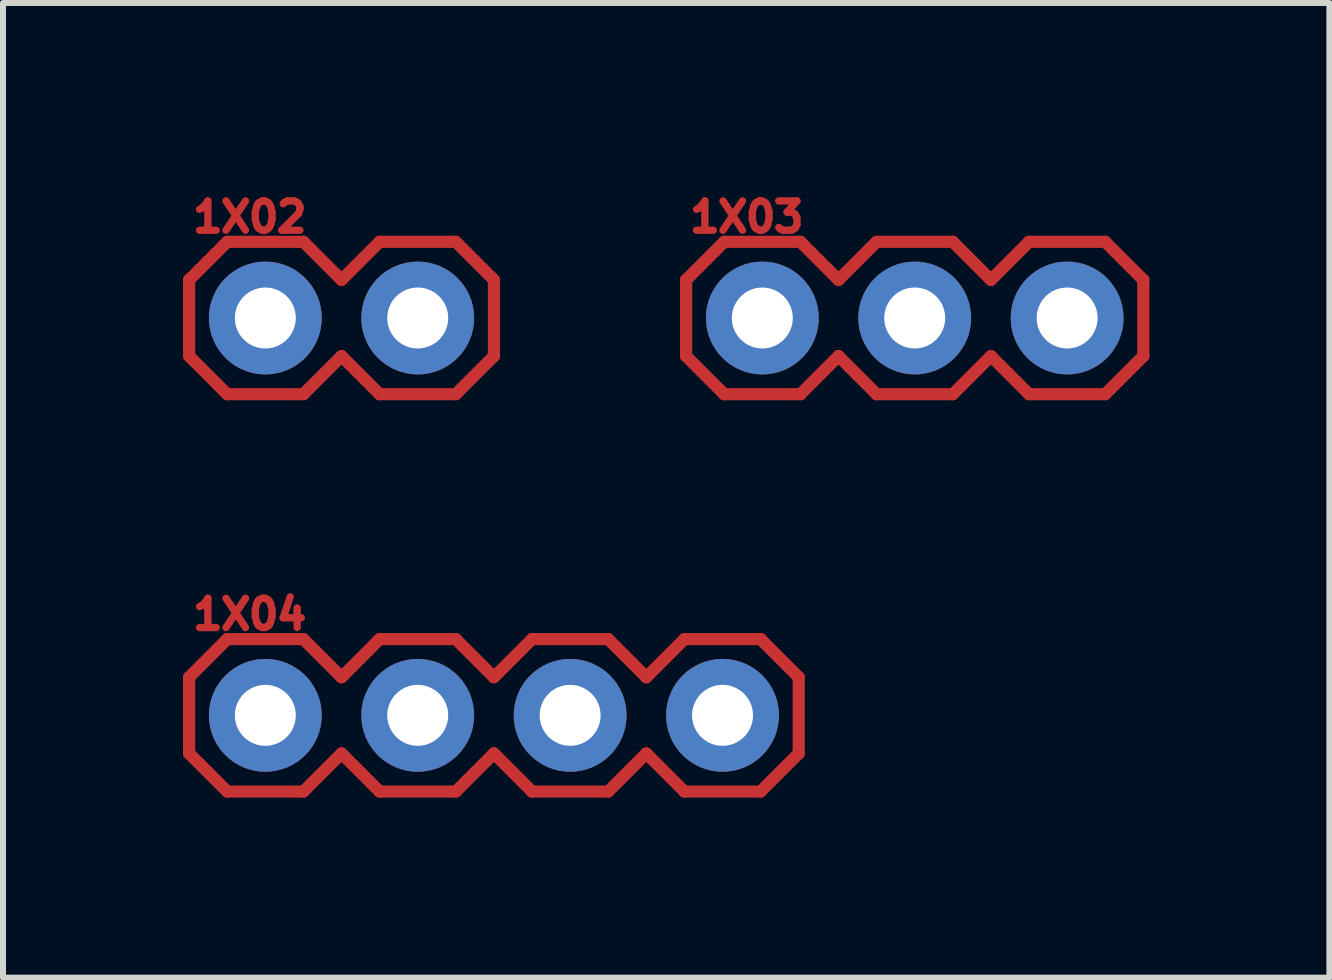
<source format=kicad_pcb>
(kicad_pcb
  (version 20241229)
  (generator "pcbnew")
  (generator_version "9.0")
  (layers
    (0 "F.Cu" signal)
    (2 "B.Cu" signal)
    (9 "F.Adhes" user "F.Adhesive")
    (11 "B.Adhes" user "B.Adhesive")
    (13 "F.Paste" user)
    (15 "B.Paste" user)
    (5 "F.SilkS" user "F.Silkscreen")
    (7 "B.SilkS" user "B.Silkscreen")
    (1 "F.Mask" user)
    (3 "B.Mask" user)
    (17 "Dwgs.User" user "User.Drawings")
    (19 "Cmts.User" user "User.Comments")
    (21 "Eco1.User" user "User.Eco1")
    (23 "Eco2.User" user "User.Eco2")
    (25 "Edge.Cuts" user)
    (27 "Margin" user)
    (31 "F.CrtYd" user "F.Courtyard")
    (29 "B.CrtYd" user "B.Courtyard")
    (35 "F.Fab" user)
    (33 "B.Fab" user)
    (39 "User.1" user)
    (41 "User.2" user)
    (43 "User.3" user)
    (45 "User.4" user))
  (footprint "1X02"
    (layer "F.Cu")
    (at 1.372 2.25)
    (property "Reference" "1X02" (at -1.27 -1.397 0) (layer "F.Cu") (effects (font (size 0.488 0.488) (thickness 0.122)) (justify left bottom)))
    (fp_line (start -1.27 -0.635) (end -1.27 0.635) (stroke (width 0.203) (type solid)) (layer "F.Cu"))
    (fp_line (start -1.27 0.635) (end -0.635 1.27) (stroke (width 0.203) (type solid)) (layer "F.Cu"))
    (fp_line (start -0.635 -1.27) (end -1.27 -0.635) (stroke (width 0.203) (type solid)) (layer "F.Cu"))
    (fp_line (start -0.635 -1.27) (end 0.635 -1.27) (stroke (width 0.203) (type solid)) (layer "F.Cu"))
    (fp_line (start 0.635 -1.27) (end 1.27 -0.635) (stroke (width 0.203) (type solid)) (layer "F.Cu"))
    (fp_line (start 0.635 1.27) (end -0.635 1.27) (stroke (width 0.203) (type solid)) (layer "F.Cu"))
    (fp_line (start 1.27 -0.635) (end 1.905 -1.27) (stroke (width 0.203) (type solid)) (layer "F.Cu"))
    (fp_line (start 1.27 0.635) (end 0.635 1.27) (stroke (width 0.203) (type solid)) (layer "F.Cu"))
    (fp_line (start 1.905 -1.27) (end 3.175 -1.27) (stroke (width 0.203) (type solid)) (layer "F.Cu"))
    (fp_line (start 1.905 1.27) (end 1.27 0.635) (stroke (width 0.203) (type solid)) (layer "F.Cu"))
    (fp_line (start 3.175 -1.27) (end 3.81 -0.635) (stroke (width 0.203) (type solid)) (layer "F.Cu"))
    (fp_line (start 3.175 1.27) (end 1.905 1.27) (stroke (width 0.203) (type solid)) (layer "F.Cu"))
    (fp_line (start 3.81 -0.635) (end 3.81 0.635) (stroke (width 0.203) (type solid)) (layer "F.Cu"))
    (fp_line (start 3.81 0.635) (end 3.175 1.27) (stroke (width 0.203) (type solid)) (layer "F.Cu"))
    (fp_poly (pts (xy -0.254 0.254) (xy 0.254 0.254) (xy 0.254 -0.254) (xy -0.254 -0.254)) (stroke (width 0) (type solid)) (fill yes) (layer "F.Cu"))
    (fp_poly (pts (xy 2.286 0.254) (xy 2.794 0.254) (xy 2.794 -0.254) (xy 2.286 -0.254)) (stroke (width 0) (type solid)) (fill yes) (layer "F.Cu"))
    (pad "1" thru_hole circle (at 0 0 90) (size 1.88 1.88) (drill 1.016) (layers "*.Cu" "*.Mask"))
    (pad "2" thru_hole circle (at 2.54 0 90) (size 1.88 1.88) (drill 1.016) (layers "*.Cu" "*.Mask")))
  (footprint "1X03"
    (layer "F.Cu")
    (at 9.655 2.25)
    (property "Reference" "1X03" (at -1.27 -1.397 0) (layer "F.Cu") (effects (font (size 0.488 0.488) (thickness 0.122)) (justify left bottom)))
    (fp_line (start -1.27 -0.635) (end -1.27 0.635) (stroke (width 0.203) (type solid)) (layer "F.Cu"))
    (fp_line (start -1.27 0.635) (end -0.635 1.27) (stroke (width 0.203) (type solid)) (layer "F.Cu"))
    (fp_line (start -0.635 -1.27) (end -1.27 -0.635) (stroke (width 0.203) (type solid)) (layer "F.Cu"))
    (fp_line (start -0.635 -1.27) (end 0.635 -1.27) (stroke (width 0.203) (type solid)) (layer "F.Cu"))
    (fp_line (start 0.635 -1.27) (end 1.27 -0.635) (stroke (width 0.203) (type solid)) (layer "F.Cu"))
    (fp_line (start 0.635 1.27) (end -0.635 1.27) (stroke (width 0.203) (type solid)) (layer "F.Cu"))
    (fp_line (start 1.27 -0.635) (end 1.905 -1.27) (stroke (width 0.203) (type solid)) (layer "F.Cu"))
    (fp_line (start 1.27 0.635) (end 0.635 1.27) (stroke (width 0.203) (type solid)) (layer "F.Cu"))
    (fp_line (start 1.905 -1.27) (end 3.175 -1.27) (stroke (width 0.203) (type solid)) (layer "F.Cu"))
    (fp_line (start 1.905 1.27) (end 1.27 0.635) (stroke (width 0.203) (type solid)) (layer "F.Cu"))
    (fp_line (start 3.175 -1.27) (end 3.81 -0.635) (stroke (width 0.203) (type solid)) (layer "F.Cu"))
    (fp_line (start 3.175 1.27) (end 1.905 1.27) (stroke (width 0.203) (type solid)) (layer "F.Cu"))
    (fp_line (start 3.81 -0.635) (end 4.445 -1.27) (stroke (width 0.203) (type solid)) (layer "F.Cu"))
    (fp_line (start 3.81 0.635) (end 3.175 1.27) (stroke (width 0.203) (type solid)) (layer "F.Cu"))
    (fp_line (start 4.445 -1.27) (end 5.715 -1.27) (stroke (width 0.203) (type solid)) (layer "F.Cu"))
    (fp_line (start 4.445 1.27) (end 3.81 0.635) (stroke (width 0.203) (type solid)) (layer "F.Cu"))
    (fp_line (start 5.715 -1.27) (end 6.35 -0.635) (stroke (width 0.203) (type solid)) (layer "F.Cu"))
    (fp_line (start 5.715 1.27) (end 4.445 1.27) (stroke (width 0.203) (type solid)) (layer "F.Cu"))
    (fp_line (start 6.35 -0.635) (end 6.35 0.635) (stroke (width 0.203) (type solid)) (layer "F.Cu"))
    (fp_line (start 6.35 0.635) (end 5.715 1.27) (stroke (width 0.203) (type solid)) (layer "F.Cu"))
    (fp_poly (pts (xy -0.254 0.254) (xy 0.254 0.254) (xy 0.254 -0.254) (xy -0.254 -0.254)) (stroke (width 0) (type solid)) (fill yes) (layer "F.Cu"))
    (fp_poly (pts (xy 2.286 0.254) (xy 2.794 0.254) (xy 2.794 -0.254) (xy 2.286 -0.254)) (stroke (width 0) (type solid)) (fill yes) (layer "F.Cu"))
    (fp_poly (pts (xy 4.826 0.254) (xy 5.334 0.254) (xy 5.334 -0.254) (xy 4.826 -0.254)) (stroke (width 0) (type solid)) (fill yes) (layer "F.Cu"))
    (pad "1" thru_hole circle (at 0 0 90) (size 1.88 1.88) (drill 1.016) (layers "*.Cu" "*.Mask"))
    (pad "2" thru_hole circle (at 2.54 0 90) (size 1.88 1.88) (drill 1.016) (layers "*.Cu" "*.Mask"))
    (pad "3" thru_hole circle (at 5.08 0 90) (size 1.88 1.88) (drill 1.016) (layers "*.Cu" "*.Mask")))
  (footprint "1X04"
    (layer "F.Cu")
    (at 1.372 8.872)
    (property "Reference" "1X04" (at -1.27 -1.397 0) (layer "F.Cu") (effects (font (size 0.488 0.488) (thickness 0.122)) (justify left bottom)))
    (fp_line (start -1.27 -0.635) (end -1.27 0.635) (stroke (width 0.203) (type solid)) (layer "F.Cu"))
    (fp_line (start -1.27 0.635) (end -0.635 1.27) (stroke (width 0.203) (type solid)) (layer "F.Cu"))
    (fp_line (start -0.635 -1.27) (end -1.27 -0.635) (stroke (width 0.203) (type solid)) (layer "F.Cu"))
    (fp_line (start -0.635 -1.27) (end 0.635 -1.27) (stroke (width 0.203) (type solid)) (layer "F.Cu"))
    (fp_line (start 0.635 -1.27) (end 1.27 -0.635) (stroke (width 0.203) (type solid)) (layer "F.Cu"))
    (fp_line (start 0.635 1.27) (end -0.635 1.27) (stroke (width 0.203) (type solid)) (layer "F.Cu"))
    (fp_line (start 1.27 -0.635) (end 1.905 -1.27) (stroke (width 0.203) (type solid)) (layer "F.Cu"))
    (fp_line (start 1.27 0.635) (end 0.635 1.27) (stroke (width 0.203) (type solid)) (layer "F.Cu"))
    (fp_line (start 1.905 -1.27) (end 3.175 -1.27) (stroke (width 0.203) (type solid)) (layer "F.Cu"))
    (fp_line (start 1.905 1.27) (end 1.27 0.635) (stroke (width 0.203) (type solid)) (layer "F.Cu"))
    (fp_line (start 3.175 -1.27) (end 3.81 -0.635) (stroke (width 0.203) (type solid)) (layer "F.Cu"))
    (fp_line (start 3.175 1.27) (end 1.905 1.27) (stroke (width 0.203) (type solid)) (layer "F.Cu"))
    (fp_line (start 3.81 -0.635) (end 4.445 -1.27) (stroke (width 0.203) (type solid)) (layer "F.Cu"))
    (fp_line (start 3.81 0.635) (end 3.175 1.27) (stroke (width 0.203) (type solid)) (layer "F.Cu"))
    (fp_line (start 4.445 -1.27) (end 5.715 -1.27) (stroke (width 0.203) (type solid)) (layer "F.Cu"))
    (fp_line (start 4.445 1.27) (end 3.81 0.635) (stroke (width 0.203) (type solid)) (layer "F.Cu"))
    (fp_line (start 5.715 -1.27) (end 6.35 -0.635) (stroke (width 0.203) (type solid)) (layer "F.Cu"))
    (fp_line (start 5.715 1.27) (end 4.445 1.27) (stroke (width 0.203) (type solid)) (layer "F.Cu"))
    (fp_line (start 6.35 0.635) (end 5.715 1.27) (stroke (width 0.203) (type solid)) (layer "F.Cu"))
    (fp_line (start 6.35 0.635) (end 6.985 1.27) (stroke (width 0.203) (type solid)) (layer "F.Cu"))
    (fp_line (start 6.985 -1.27) (end 6.35 -0.635) (stroke (width 0.203) (type solid)) (layer "F.Cu"))
    (fp_line (start 6.985 -1.27) (end 8.255 -1.27) (stroke (width 0.203) (type solid)) (layer "F.Cu"))
    (fp_line (start 8.255 -1.27) (end 8.89 -0.635) (stroke (width 0.203) (type solid)) (layer "F.Cu"))
    (fp_line (start 8.255 1.27) (end 6.985 1.27) (stroke (width 0.203) (type solid)) (layer "F.Cu"))
    (fp_line (start 8.89 -0.635) (end 8.89 0.635) (stroke (width 0.203) (type solid)) (layer "F.Cu"))
    (fp_line (start 8.89 0.635) (end 8.255 1.27) (stroke (width 0.203) (type solid)) (layer "F.Cu"))
    (fp_poly (pts (xy -0.254 0.254) (xy 0.254 0.254) (xy 0.254 -0.254) (xy -0.254 -0.254)) (stroke (width 0) (type solid)) (fill yes) (layer "F.Cu"))
    (fp_poly (pts (xy 2.286 0.254) (xy 2.794 0.254) (xy 2.794 -0.254) (xy 2.286 -0.254)) (stroke (width 0) (type solid)) (fill yes) (layer "F.Cu"))
    (fp_poly (pts (xy 4.826 0.254) (xy 5.334 0.254) (xy 5.334 -0.254) (xy 4.826 -0.254)) (stroke (width 0) (type solid)) (fill yes) (layer "F.Cu"))
    (fp_poly (pts (xy 7.366 0.254) (xy 7.874 0.254) (xy 7.874 -0.254) (xy 7.366 -0.254)) (stroke (width 0) (type solid)) (fill yes) (layer "F.Cu"))
    (pad "1" thru_hole circle (at 0 0 90) (size 1.88 1.88) (drill 1.016) (layers "*.Cu" "*.Mask"))
    (pad "2" thru_hole circle (at 2.54 0 90) (size 1.88 1.88) (drill 1.016) (layers "*.Cu" "*.Mask"))
    (pad "3" thru_hole circle (at 5.08 0 90) (size 1.88 1.88) (drill 1.016) (layers "*.Cu" "*.Mask"))
    (pad "4" thru_hole circle (at 7.62 0 90) (size 1.88 1.88) (drill 1.016) (layers "*.Cu" "*.Mask")))
  (gr_rect
    (start -3 -3)
    (end 19.106 13.244)
    (stroke (width 0.1) (type default))
    (fill no)
    (layer "Edge.Cuts")))
</source>
